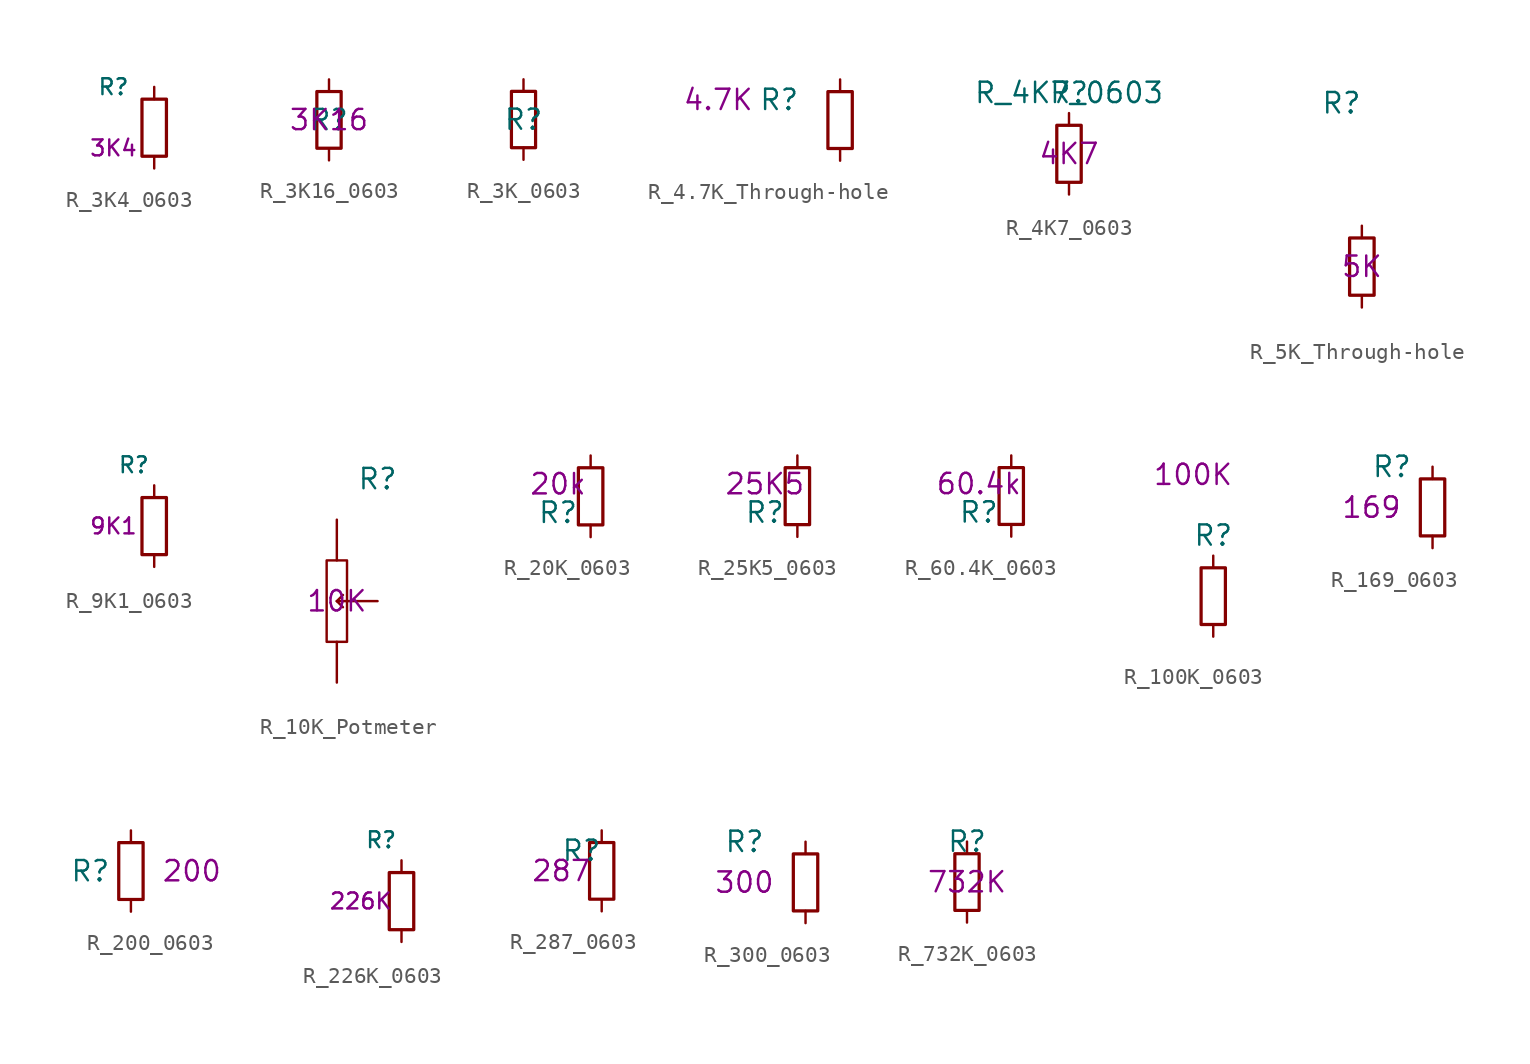
<source format=kicad_sym>
(kicad_symbol_lib
  (version 20220914)
  (generator kicad_symbol_editor)
  (symbol "R_3K4_0603"
    (pin_numbers hide)
    (pin_names
      (offset 0) hide)
    (property "Reference" "R"
      (at -2.54 2.54 0)
      (effects (font (size 0.991 0.991))))
    (property "Waarde" "3K4"
      (at -2.54 -1.27 0)
      (effects (font (size 0.991 0.991))))
    (symbol "R_3K4_0603_0_1"
      (rectangle (start -0.762 1.778) (end 0.762 -1.778) (stroke (width 0.203) (type default)) (fill (type none))))
    (symbol "R_3K4_0603_1_1"
      (pin passive line (at 0 2.54 270) (length 0.762) (name "~" (effects (font (size 1.27 1.27)))) (number "1" (effects (font (size 1.27 1.27)))))
      (pin passive line (at 0 -2.54 90) (length 0.762) (name "~" (effects (font (size 1.27 1.27)))) (number "2" (effects (font (size 1.27 1.27)))))))
  (symbol "R_3K16_0603"
    (pin_numbers hide)
    (pin_names
      (offset 0) hide)
    (property "Reference" "R"
      (at 0 0 0)
      (effects (font (size 1.27 1.27))))
    (property "Waarde" "3K16"
      (at 0 0 0)
      (effects (font (size 1.27 1.27))))
    (symbol "R_3K16_0603_0_1"
      (rectangle (start -0.762 1.778) (end 0.762 -1.778) (stroke (width 0.203) (type default)) (fill (type none))))
    (symbol "R_3K16_0603_1_1"
      (pin passive line (at 0 2.54 270) (length 0.762) (name "~" (effects (font (size 1.27 1.27)))) (number "1" (effects (font (size 1.27 1.27)))))
      (pin passive line (at 0 -2.54 90) (length 0.762) (name "~" (effects (font (size 1.27 1.27)))) (number "2" (effects (font (size 1.27 1.27)))))))
  (symbol "R_3K_0603"
    (pin_numbers hide)
    (pin_names
      (offset 0) hide)
    (property "Reference" "R"
      (at 0 0 0)
      (effects (font (size 1.27 1.27))))
    (symbol "R_3K_0603_0_1"
      (rectangle (start -0.762 1.778) (end 0.762 -1.778) (stroke (width 0.203) (type default)) (fill (type none))))
    (symbol "R_3K_0603_1_1"
      (pin passive line (at 0 2.54 270) (length 0.762) (name "~" (effects (font (size 1.27 1.27)))) (number "1" (effects (font (size 1.27 1.27)))))
      (pin passive line (at 0 -2.54 90) (length 0.762) (name "~" (effects (font (size 1.27 1.27)))) (number "2" (effects (font (size 1.27 1.27)))))))
  (symbol "R_4.7K_Through-hole"
    (pin_numbers hide)
    (pin_names
      (offset 0) hide)
    (property "Reference" "R"
      (at -3.81 1.27 0)
      (effects (font (size 1.27 1.27))))
    (property "Waarde" "4.7K"
      (at -7.62 1.27 0)
      (effects (font (size 1.27 1.27))))
    (symbol "R_4.7K_Through-hole_0_1"
      (rectangle (start -0.762 1.778) (end 0.762 -1.778) (stroke (width 0.203) (type default)) (fill (type none))))
    (symbol "R_4.7K_Through-hole_1_1"
      (pin passive line (at 0 2.54 270) (length 0.762) (name "~" (effects (font (size 1.27 1.27)))) (number "1" (effects (font (size 1.27 1.27)))))
      (pin passive line (at 0 -2.54 90) (length 0.762) (name "~" (effects (font (size 1.27 1.27)))) (number "2" (effects (font (size 1.27 1.27)))))))
  (symbol "R_4K7_0603"
    (pin_numbers hide)
    (pin_names
      (offset 0) hide)
    (property "Reference" "R"
      (at 0 3.81 0)
      (effects (font (size 1.27 1.27))))
    (property "Value" "R_4K7_0603"
      (at 0 3.81 0)
      (effects (font (size 1.27 1.27))))
    (property "Waarde" "4K7"
      (at 0 0 0)
      (effects (font (size 1.27 1.27))))
    (symbol "R_4K7_0603_0_1"
      (rectangle (start -0.762 1.778) (end 0.762 -1.778) (stroke (width 0.203) (type default)) (fill (type none))))
    (symbol "R_4K7_0603_1_1"
      (pin passive line (at 0 2.54 270) (length 0.762) (name "~" (effects (font (size 1.27 1.27)))) (number "1" (effects (font (size 1.27 1.27)))))
      (pin passive line (at 0 -2.54 90) (length 0.762) (name "~" (effects (font (size 1.27 1.27)))) (number "2" (effects (font (size 1.27 1.27)))))))
  (symbol "R_5K_Through-hole"
    (pin_numbers hide)
    (pin_names
      (offset 0) hide)
    (property "Reference" "R"
      (at -1.27 10.16 0)
      (effects (font (size 1.27 1.27))))
    (property "Waarde" "5K"
      (at 0 0 0)
      (effects (font (size 1.27 1.27))))
    (symbol "R_5K_Through-hole_0_1"
      (rectangle (start -0.762 1.778) (end 0.762 -1.778) (stroke (width 0.203) (type default)) (fill (type none))))
    (symbol "R_5K_Through-hole_1_1"
      (pin passive line (at 0 2.54 270) (length 0.762) (name "~" (effects (font (size 1.27 1.27)))) (number "1" (effects (font (size 1.27 1.27)))))
      (pin passive line (at 0 -2.54 90) (length 0.762) (name "~" (effects (font (size 1.27 1.27)))) (number "2" (effects (font (size 1.27 1.27)))))))
  (symbol "R_9K1_0603"
    (pin_numbers hide)
    (pin_names
      (offset 0))
    (property "Reference" "R"
      (at -1.27 3.81 0)
      (effects (font (size 0.991 0.991))))
    (property "Waarde" "9K1"
      (at -2.54 0 0)
      (effects (font (size 0.991 0.991))))
    (symbol "R_9K1_0603_0_1"
      (rectangle (start -0.762 1.778) (end 0.762 -1.778) (stroke (width 0.203) (type default)) (fill (type none))))
    (symbol "R_9K1_0603_1_1"
      (pin passive line (at 0 2.54 270) (length 0.762) (name "~" (effects (font (size 1.27 1.27)))) (number "1" (effects (font (size 1.27 1.27)))))
      (pin passive line (at 0 -2.54 90) (length 0.762) (name "~" (effects (font (size 1.27 1.27)))) (number "2" (effects (font (size 1.27 1.27)))))))
  (symbol "R_10K_Potmeter"
    (pin_numbers hide)
    (pin_names
      (offset 0) hide)
    (property "Reference" "R"
      (at 2.54 7.62 0)
      (effects (font (size 1.27 1.27))))
    (property "Waarde" "10K"
      (at 0 0 0)
      (effects (font (size 1.27 1.27))))
    (symbol "R_10K_Potmeter_0_1"
      (polyline (pts (xy 0 0) (xy 0.381 -0.381)) (stroke (width 0) (type solid)) (fill (type none)))
      (polyline (pts (xy 0 0) (xy 0.381 0.381)) (stroke (width 0) (type solid)) (fill (type none))))
    (symbol "R_10K_Potmeter_1_1"
      (rectangle (start -0.635 2.54) (end 0.635 -2.54) (stroke (width 0) (type solid)) (fill (type none)))
      (pin input line (at 0 5.08 270) (length 2.54) (name "~" (effects (font (size 1.27 1.27)))) (number "1" (effects (font (size 1.27 1.27)))))
      (pin output line (at 2.54 0 180) (length 2.54) (name "S" (effects (font (size 1.27 1.27)))) (number "2" (effects (font (size 1.27 1.27)))))
      (pin input line (at 0 -5.08 90) (length 2.54) (name "~" (effects (font (size 1.27 1.27)))) (number "3" (effects (font (size 1.27 1.27)))))))
  (symbol "R_20K_0603"
    (pin_numbers hide)
    (pin_names
      (offset 0) hide)
    (property "Reference" "R"
      (at -2.032 -1.016 0)
      (effects (font (size 1.27 1.27))))
    (property "Waarde" "20k"
      (at -2.032 0.762 0)
      (effects (font (size 1.27 1.27))))
    (symbol "R_20K_0603_0_1"
      (rectangle (start -0.762 1.778) (end 0.762 -1.778) (stroke (width 0.203) (type default)) (fill (type none))))
    (symbol "R_20K_0603_1_1"
      (pin passive line (at 0 2.54 270) (length 0.762) (name "~" (effects (font (size 1.27 1.27)))) (number "1" (effects (font (size 1.27 1.27)))))
      (pin passive line (at 0 -2.54 90) (length 0.762) (name "~" (effects (font (size 1.27 1.27)))) (number "2" (effects (font (size 1.27 1.27)))))))
  (symbol "R_25K5_0603"
    (pin_numbers hide)
    (pin_names
      (offset 0) hide)
    (property "Reference" "R"
      (at -2.032 -1.016 0)
      (effects (font (size 1.27 1.27))))
    (property "Waarde" "25K5"
      (at -2.032 0.762 0)
      (effects (font (size 1.27 1.27))))
    (symbol "R_25K5_0603_0_1"
      (rectangle (start -0.762 1.778) (end 0.762 -1.778) (stroke (width 0.203) (type default)) (fill (type none))))
    (symbol "R_25K5_0603_1_1"
      (pin passive line (at 0 2.54 270) (length 0.762) (name "~" (effects (font (size 1.27 1.27)))) (number "1" (effects (font (size 1.27 1.27)))))
      (pin passive line (at 0 -2.54 90) (length 0.762) (name "~" (effects (font (size 1.27 1.27)))) (number "2" (effects (font (size 1.27 1.27)))))))
  (symbol "R_60.4K_0603"
    (pin_numbers hide)
    (pin_names
      (offset 0) hide)
    (property "Reference" "R"
      (at -2.032 -1.016 0)
      (effects (font (size 1.27 1.27))))
    (property "Waarde" "60.4k"
      (at -2.032 0.762 0)
      (effects (font (size 1.27 1.27))))
    (symbol "R_60.4K_0603_0_1"
      (rectangle (start -0.762 1.778) (end 0.762 -1.778) (stroke (width 0.203) (type default)) (fill (type none))))
    (symbol "R_60.4K_0603_1_1"
      (pin passive line (at 0 2.54 270) (length 0.762) (name "~" (effects (font (size 1.27 1.27)))) (number "1" (effects (font (size 1.27 1.27)))))
      (pin passive line (at 0 -2.54 90) (length 0.762) (name "~" (effects (font (size 1.27 1.27)))) (number "2" (effects (font (size 1.27 1.27)))))))
  (symbol "R_100K_0603"
    (pin_numbers hide)
    (pin_names
      (offset 0) hide)
    (property "Reference" "R"
      (at 0 3.81 0)
      (effects (font (size 1.27 1.27))))
    (property "Waarde" "100K"
      (at -1.27 7.62 0)
      (effects (font (size 1.27 1.27))))
    (symbol "R_100K_0603_0_1"
      (rectangle (start -0.762 1.778) (end 0.762 -1.778) (stroke (width 0.203) (type default)) (fill (type none))))
    (symbol "R_100K_0603_1_1"
      (pin passive line (at 0 2.54 270) (length 0.762) (name "~" (effects (font (size 1.27 1.27)))) (number "1" (effects (font (size 1.27 1.27)))))
      (pin passive line (at 0 -2.54 90) (length 0.762) (name "~" (effects (font (size 1.27 1.27)))) (number "2" (effects (font (size 1.27 1.27)))))))
  (symbol "R_169_0603"
    (pin_numbers hide)
    (pin_names
      (offset 0) hide)
    (property "Reference" "R"
      (at -2.54 2.54 0)
      (effects (font (size 1.27 1.27))))
    (property "Waarde" "169"
      (at -3.81 0 0)
      (effects (font (size 1.27 1.27))))
    (symbol "R_169_0603_0_1"
      (rectangle (start -0.762 1.778) (end 0.762 -1.778) (stroke (width 0.203) (type default)) (fill (type none))))
    (symbol "R_169_0603_1_1"
      (pin passive line (at 0 2.54 270) (length 0.762) (name "~" (effects (font (size 1.27 1.27)))) (number "1" (effects (font (size 1.27 1.27)))))
      (pin passive line (at 0 -2.54 90) (length 0.762) (name "~" (effects (font (size 1.27 1.27)))) (number "2" (effects (font (size 1.27 1.27)))))))
  (symbol "R_200_0603"
    (pin_numbers hide)
    (pin_names
      (offset 0) hide)
    (property "Reference" "R"
      (at -2.54 0 0)
      (effects (font (size 1.27 1.27))))
    (property "Waarde" "200"
      (at 3.81 0 0)
      (effects (font (size 1.27 1.27))))
    (symbol "R_200_0603_0_1"
      (rectangle (start -0.762 1.778) (end 0.762 -1.778) (stroke (width 0.203) (type default)) (fill (type none))))
    (symbol "R_200_0603_1_1"
      (pin passive line (at 0 2.54 270) (length 0.762) (name "~" (effects (font (size 1.27 1.27)))) (number "1" (effects (font (size 1.27 1.27)))))
      (pin passive line (at 0 -2.54 90) (length 0.762) (name "~" (effects (font (size 1.27 1.27)))) (number "2" (effects (font (size 1.27 1.27)))))))
  (symbol "R_226K_0603"
    (pin_numbers hide)
    (pin_names
      (offset 0) hide)
    (property "Reference" "R"
      (at -1.27 3.81 0)
      (effects (font (size 0.991 0.991))))
    (property "Waarde" "226K"
      (at -2.54 0 0)
      (effects (font (size 0.991 0.991))))
    (symbol "R_226K_0603_0_1"
      (rectangle (start -0.762 1.778) (end 0.762 -1.778) (stroke (width 0.203) (type default)) (fill (type none))))
    (symbol "R_226K_0603_1_1"
      (pin passive line (at 0 2.54 270) (length 0.762) (name "~" (effects (font (size 1.27 1.27)))) (number "1" (effects (font (size 1.27 1.27)))))
      (pin passive line (at 0 -2.54 90) (length 0.762) (name "~" (effects (font (size 1.27 1.27)))) (number "2" (effects (font (size 1.27 1.27)))))))
  (symbol "R_287_0603"
    (pin_numbers hide)
    (pin_names
      (offset 0) hide)
    (property "Reference" "R"
      (at -1.27 1.27 0)
      (effects (font (size 1.27 1.27))))
    (property "Waarde" "287"
      (at -2.54 0 0)
      (effects (font (size 1.27 1.27))))
    (symbol "R_287_0603_0_1"
      (rectangle (start -0.762 1.778) (end 0.762 -1.778) (stroke (width 0.203) (type default)) (fill (type none))))
    (symbol "R_287_0603_1_1"
      (pin passive line (at 0 2.54 270) (length 0.762) (name "~" (effects (font (size 1.27 1.27)))) (number "1" (effects (font (size 1.27 1.27)))))
      (pin passive line (at 0 -2.54 90) (length 0.762) (name "~" (effects (font (size 1.27 1.27)))) (number "2" (effects (font (size 1.27 1.27)))))))
  (symbol "R_300_0603"
    (pin_numbers hide)
    (pin_names
      (offset 0) hide)
    (property "Reference" "R"
      (at -3.81 2.54 0)
      (effects (font (size 1.27 1.27))))
    (property "Waarde" "300"
      (at -3.81 0 0)
      (effects (font (size 1.27 1.27))))
    (symbol "R_300_0603_0_1"
      (rectangle (start -0.762 1.778) (end 0.762 -1.778) (stroke (width 0.203) (type default)) (fill (type none))))
    (symbol "R_300_0603_1_1"
      (pin passive line (at 0 2.54 270) (length 0.762) (name "~" (effects (font (size 1.27 1.27)))) (number "1" (effects (font (size 1.27 1.27)))))
      (pin passive line (at 0 -2.54 90) (length 0.762) (name "~" (effects (font (size 1.27 1.27)))) (number "2" (effects (font (size 1.27 1.27)))))))
  (symbol "R_732K_0603"
    (pin_numbers hide)
    (pin_names
      (offset 0) hide)
    (property "Reference" "R"
      (at 0 2.54 0)
      (effects (font (size 1.27 1.27))))
    (property "Waarde" "732K"
      (at 0 0 0)
      (effects (font (size 1.27 1.27))))
    (symbol "R_732K_0603_0_1"
      (rectangle (start -0.762 1.778) (end 0.762 -1.778) (stroke (width 0.203) (type default)) (fill (type none))))
    (symbol "R_732K_0603_1_1"
      (pin passive line (at 0 2.54 270) (length 0.762) (name "~" (effects (font (size 1.27 1.27)))) (number "1" (effects (font (size 1.27 1.27)))))
      (pin passive line (at 0 -2.54 90) (length 0.762) (name "~" (effects (font (size 1.27 1.27)))) (number "2" (effects (font (size 1.27 1.27))))))))
</source>
